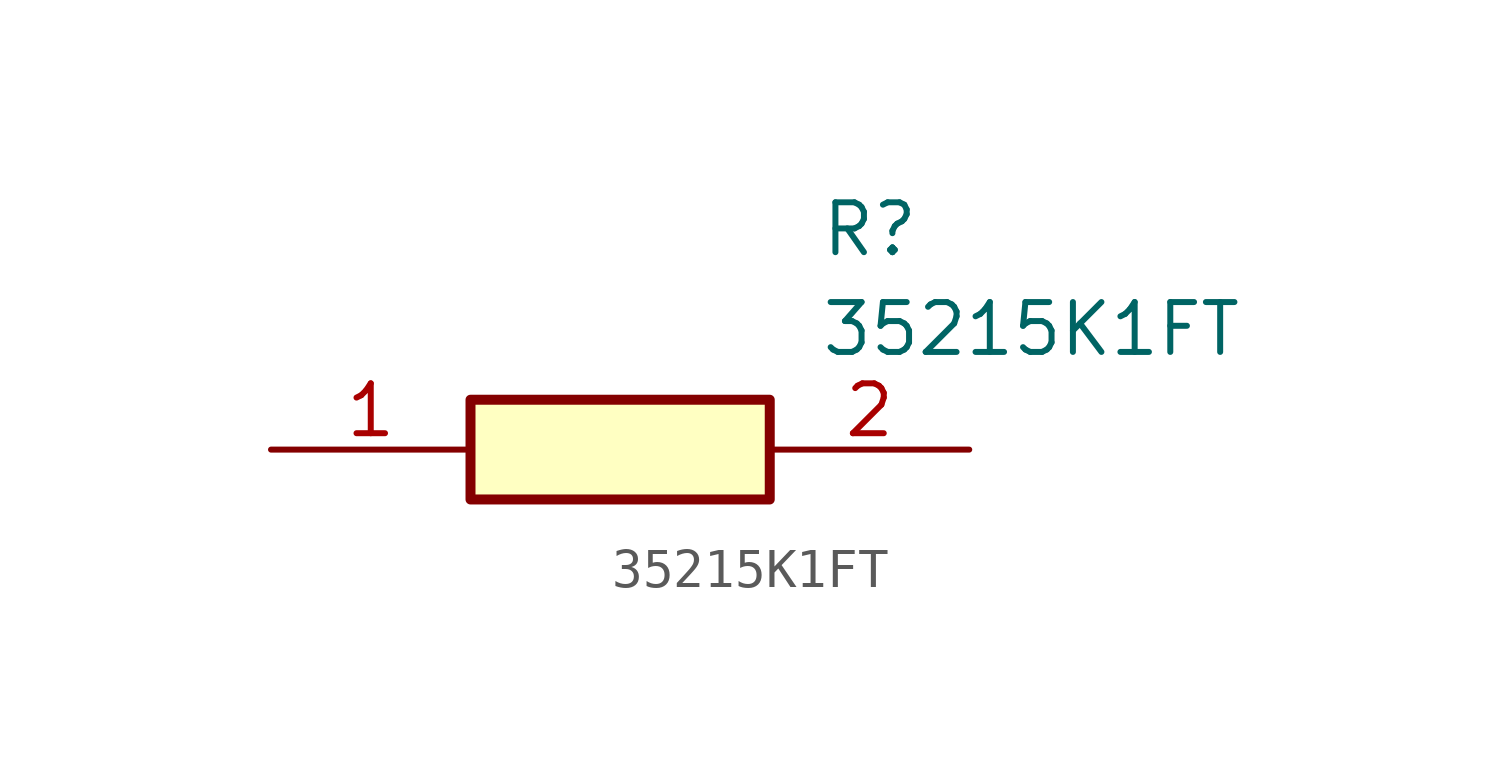
<source format=kicad_sym>
(kicad_symbol_lib
  (version 20211014)
  (generator SamacSys_ECAD_Model)
  (symbol "35215K1FT"
    (pin_names hide)
    (property "Reference" "R"
      (at 13.97 6.35 0)
      (effects (font (size 1.27 1.27)) (justify left top)))
    (property "Value" "35215K1FT"
      (at 13.97 3.81 0)
      (effects (font (size 1.27 1.27)) (justify left top)))
    (rectangle
      (start 5.08 1.27)
      (end 12.7 -1.27)
      (stroke (width 0.254) (type default))
      (fill (type background)))
    (pin passive line
      (at 0 0 0)
      (length 5.08)
      (name "1" (effects (font (size 1.27 1.27))))
      (number "1" (effects (font (size 1.27 1.27)))))
    (pin passive line
      (at 17.78 0 180)
      (length 5.08)
      (name "2" (effects (font (size 1.27 1.27))))
      (number "2" (effects (font (size 1.27 1.27)))))))
</source>
